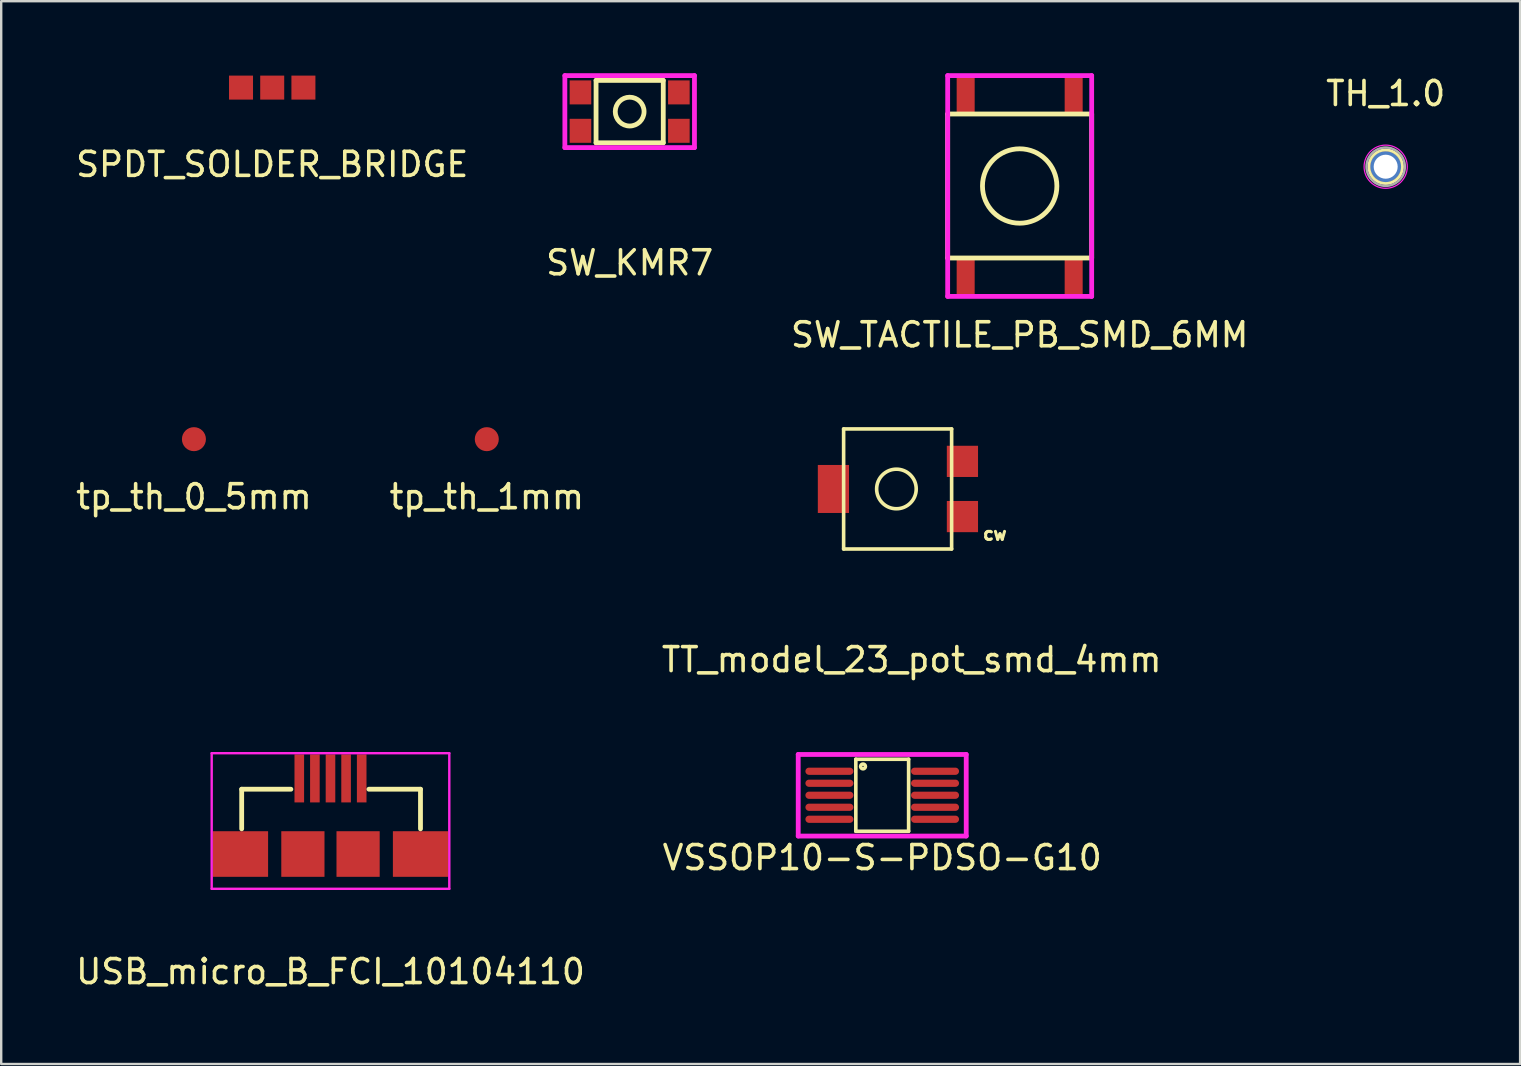
<source format=kicad_pcb>
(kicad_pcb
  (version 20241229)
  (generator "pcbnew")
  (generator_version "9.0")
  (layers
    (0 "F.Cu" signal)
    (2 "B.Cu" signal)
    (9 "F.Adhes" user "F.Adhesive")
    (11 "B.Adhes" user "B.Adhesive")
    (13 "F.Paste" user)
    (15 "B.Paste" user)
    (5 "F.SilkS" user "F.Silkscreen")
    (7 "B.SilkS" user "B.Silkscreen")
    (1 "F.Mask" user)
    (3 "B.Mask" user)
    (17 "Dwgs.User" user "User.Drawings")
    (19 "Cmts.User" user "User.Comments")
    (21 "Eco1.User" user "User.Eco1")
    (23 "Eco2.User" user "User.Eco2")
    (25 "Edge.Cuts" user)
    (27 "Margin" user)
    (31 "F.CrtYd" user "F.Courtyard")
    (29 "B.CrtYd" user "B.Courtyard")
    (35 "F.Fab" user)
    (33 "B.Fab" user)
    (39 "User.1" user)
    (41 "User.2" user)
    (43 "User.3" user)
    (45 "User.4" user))
  (footprint "TH_1.0"
    (layer "F.Cu")
    (at 54.685 3.896)
    (property "Reference" "TH_1.0" (at 0 -3.048 0) (layer "F.SilkS") (effects (font (size 1 1) (thickness 0.15))))
    (attr through_hole)
    (fp_circle (center 0 0) (end 0 -0.7) (stroke (width 0.12) (type solid)) (fill no) (layer "F.SilkS"))
    (fp_circle (center 0 0) (end 0.9 0) (stroke (width 0.05) (type solid)) (fill no) (layer "F.CrtYd"))
    (fp_circle (center 0 0) (end 0 0.8) (stroke (width 0.1) (type solid)) (fill no) (layer "F.Fab"))
    (pad "1" thru_hole circle (at 0 0) (size 1.3 1.3) (drill 1) (layers "*.Cu" "*.Mask")))
  (footprint "SPDT_SOLDER_BRIDGE"
    (layer "F.Cu")
    (at 8.292 0.6)
    (property "Reference" "SPDT_SOLDER_BRIDGE" (at 0 3.2 0) (layer "F.SilkS") (effects (font (size 1 1) (thickness 0.15))))
    (attr through_hole)
    (fp_line (start -0.7 -0.5) (end -0.7 0.5) (stroke (width 0.2) (type solid)) (layer "F.Mask"))
    (fp_line (start -0.6 -0.5) (end -0.6 0.5) (stroke (width 0.2) (type solid)) (layer "F.Mask"))
    (fp_line (start 0.6 -0.5) (end 0.6 0.5) (stroke (width 0.2) (type solid)) (layer "F.Mask"))
    (fp_line (start 0.7 -0.5) (end 0.7 0.5) (stroke (width 0.2) (type solid)) (layer "F.Mask"))
    (pad "1" smd rect (at 0 0) (size 1 1) (layers "F.Cu" "F.Mask" "F.Paste"))
    (pad "2" smd rect (at -1.3 0 90) (size 1 1) (layers "F.Cu" "F.Mask" "F.Paste"))
    (pad "3" smd rect (at 1.3 0) (size 1 1) (layers "F.Cu" "F.Mask" "F.Paste")))
  (footprint "TT_model_23_pot_smd_4mm"
    (layer "F.Cu")
    (at 34.3 17.323)
    (property "Reference" "TT_model_23_pot_smd_4mm" (at 0.635 7.112 0) (layer "F.SilkS") (effects (font (size 1 1) (thickness 0.15))))
    (attr through_hole)
    (fp_line (start -2.2 -2.5) (end 2.3 -2.5) (stroke (width 0.15) (type solid)) (layer "F.SilkS"))
    (fp_line (start -2.2 2.5) (end -2.2 -2.5) (stroke (width 0.15) (type solid)) (layer "F.SilkS"))
    (fp_line (start 2.3 -2.5) (end 2.3 2.5) (stroke (width 0.15) (type solid)) (layer "F.SilkS"))
    (fp_line (start 2.3 2.5) (end -2.2 2.5) (stroke (width 0.15) (type solid)) (layer "F.SilkS"))
    (fp_circle (center 0 0) (end -0.2 -0.8) (stroke (width 0.15) (type solid)) (fill no) (layer "F.SilkS"))
    (fp_text user "cw" (at 4.1 1.875 0) (layer "F.SilkS") (effects (font (size 0.5 0.5) (thickness 0.125))))
    (pad "1" smd rect (at 2.75 -1.15) (size 1.3 1.3) (layers "F.Cu" "F.Mask" "F.Paste"))
    (pad "2" smd rect (at -2.625 0) (size 1.3 2) (layers "F.Cu" "F.Mask" "F.Paste"))
    (pad "3" smd rect (at 2.75 1.15) (size 1.3 1.3) (layers "F.Cu" "F.Mask" "F.Paste")))
  (footprint "VSSOP10-S-PDSO-G10"
    (layer "F.Cu")
    (at 33.708 30.084)
    (property "Reference" "VSSOP10-S-PDSO-G10" (at 0 2.6 0) (layer "F.SilkS") (effects (font (size 1 1) (thickness 0.15))))
    (attr through_hole)
    (fp_line (start -1.1 -1.5) (end 1.1 -1.5) (stroke (width 0.15) (type solid)) (layer "F.SilkS"))
    (fp_line (start -1.1 1.5) (end -1.1 -1.5) (stroke (width 0.15) (type solid)) (layer "F.SilkS"))
    (fp_line (start 1.1 -1.5) (end 1.1 1.5) (stroke (width 0.15) (type solid)) (layer "F.SilkS"))
    (fp_line (start 1.1 1.5) (end -1.1 1.5) (stroke (width 0.15) (type solid)) (layer "F.SilkS"))
    (fp_circle (center -0.8 -1.2) (end -0.8 -1.1) (stroke (width 0.15) (type solid)) (fill no) (layer "F.SilkS"))
    (fp_line (start -3.5 -1.7) (end 3.5 -1.7) (stroke (width 0.2) (type solid)) (layer "F.CrtYd"))
    (fp_line (start -3.5 1.7) (end -3.5 -1.7) (stroke (width 0.2) (type solid)) (layer "F.CrtYd"))
    (fp_line (start 3.5 -1.7) (end 3.5 1.7) (stroke (width 0.2) (type solid)) (layer "F.CrtYd"))
    (fp_line (start 3.5 1.7) (end -3.5 1.7) (stroke (width 0.2) (type solid)) (layer "F.CrtYd"))
    (pad "1" smd oval (at -2.2 -1) (size 2 0.3) (layers "F.Cu" "F.Mask" "F.Paste"))
    (pad "2" smd oval (at -2.2 -0.5) (size 2 0.3) (layers "F.Cu" "F.Mask" "F.Paste"))
    (pad "3" smd oval (at -2.2 0) (size 2 0.3) (layers "F.Cu" "F.Mask" "F.Paste"))
    (pad "4" smd oval (at -2.2 0.5) (size 2 0.3) (layers "F.Cu" "F.Mask" "F.Paste"))
    (pad "5" smd oval (at -2.2 1) (size 2 0.3) (layers "F.Cu" "F.Mask" "F.Paste"))
    (pad "6" smd oval (at 2.2 1) (size 2 0.3) (layers "F.Cu" "F.Mask" "F.Paste"))
    (pad "7" smd oval (at 2.2 0.5) (size 2 0.3) (layers "F.Cu" "F.Mask" "F.Paste"))
    (pad "8" smd oval (at 2.2 0) (size 2 0.3) (layers "F.Cu" "F.Mask" "F.Paste"))
    (pad "9" smd oval (at 2.2 -0.5) (size 2 0.3) (layers "F.Cu" "F.Mask" "F.Paste"))
    (pad "10" smd oval (at 2.2 -1) (size 2 0.3) (layers "F.Cu" "F.Mask" "F.Paste")))
  (footprint "tp_th_0_5mm"
    (layer "F.Cu")
    (at 5.03 15.248)
    (property "Reference" "tp_th_0_5mm" (at 0 2.4 0) (layer "F.SilkS") (effects (font (size 1 1) (thickness 0.15))))
    (attr through_hole)
    (pad "1" smd circle (at 0 0) (size 1 1) (layers "F.Cu" "F.Mask" "F.Paste")))
  (footprint "SW_KMR7"
    (layer "F.Cu")
    (at 23.185 1.6)
    (property "Reference" "SW_KMR7" (at 0 6.3 0) (layer "F.SilkS") (effects (font (size 1 1) (thickness 0.15))))
    (attr through_hole)
    (fp_line (start -1.4 -1.3) (end 1.4 -1.3) (stroke (width 0.2) (type solid)) (layer "F.SilkS"))
    (fp_line (start -1.4 1.3) (end -1.4 -1.3) (stroke (width 0.2) (type solid)) (layer "F.SilkS"))
    (fp_line (start 1.4 -1.3) (end 1.4 1.3) (stroke (width 0.2) (type solid)) (layer "F.SilkS"))
    (fp_line (start 1.4 1.3) (end -1.4 1.3) (stroke (width 0.2) (type solid)) (layer "F.SilkS"))
    (fp_circle (center 0 0) (end 0 -0.6) (stroke (width 0.2) (type solid)) (fill no) (layer "F.SilkS"))
    (fp_line (start -2.7 -1.5) (end 2.7 -1.5) (stroke (width 0.2) (type solid)) (layer "F.CrtYd"))
    (fp_line (start -2.7 1.5) (end -2.7 -1.5) (stroke (width 0.2) (type solid)) (layer "F.CrtYd"))
    (fp_line (start 2.7 -1.5) (end 2.7 1.5) (stroke (width 0.2) (type solid)) (layer "F.CrtYd"))
    (fp_line (start 2.7 1.5) (end -2.7 1.5) (stroke (width 0.2) (type solid)) (layer "F.CrtYd"))
    (pad "1" smd rect (at -2.05 -0.8) (size 0.9 1) (layers "F.Cu" "F.Mask" "F.Paste"))
    (pad "1" smd rect (at 2.05 -0.8) (size 0.9 1) (layers "F.Cu" "F.Mask" "F.Paste"))
    (pad "2" smd rect (at -2.05 0.8) (size 0.9 1) (layers "F.Cu" "F.Mask" "F.Paste"))
    (pad "2" smd rect (at 2.05 0.8) (size 0.9 1) (layers "F.Cu" "F.Mask" "F.Paste")))
  (footprint "tp_th_1mm"
    (layer "F.Cu")
    (at 17.232 15.248)
    (property "Reference" "tp_th_1mm" (at 0 2.4 0) (layer "F.SilkS") (effects (font (size 1 1) (thickness 0.15))))
    (attr through_hole)
    (pad "1" smd circle (at 0 0) (size 1 1) (layers "F.Cu" "F.Mask" "F.Paste")))
  (footprint "USB_micro_B_FCI_10104110"
    (layer "F.Cu")
    (at 10.72 32.533)
    (property "Reference" "USB_micro_B_FCI_10104110" (at 0 4.9 0) (layer "F.SilkS") (effects (font (size 1 1) (thickness 0.15))))
    (attr through_hole)
    (fp_line (start -3.7 -2.7) (end -1.65 -2.7) (stroke (width 0.2) (type solid)) (layer "F.SilkS"))
    (fp_line (start -3.7 -1.05) (end -3.7 -2.7) (stroke (width 0.2) (type solid)) (layer "F.SilkS"))
    (fp_line (start 1.6 -2.7) (end 3.75 -2.7) (stroke (width 0.2) (type solid)) (layer "F.SilkS"))
    (fp_line (start 3.75 -2.7) (end 3.75 -1.05) (stroke (width 0.2) (type solid)) (layer "F.SilkS"))
    (fp_line (start -4.95 -4.2) (end -4.95 1.45) (stroke (width 0.1) (type solid)) (layer "F.CrtYd"))
    (fp_line (start -4.95 1.45) (end 4.95 1.45) (stroke (width 0.1) (type solid)) (layer "F.CrtYd"))
    (fp_line (start 4.95 -4.2) (end -4.95 -4.2) (stroke (width 0.1) (type solid)) (layer "F.CrtYd"))
    (fp_line (start 4.95 1.45) (end 4.95 -4.2) (stroke (width 0.1) (type solid)) (layer "F.CrtYd"))
    (pad "1" smd rect (at -1.3 -3.15) (size 0.4 2) (layers "F.Cu" "F.Mask" "F.Paste"))
    (pad "2" smd rect (at -0.65 -3.15) (size 0.4 2) (layers "F.Cu" "F.Mask" "F.Paste"))
    (pad "3" smd rect (at 0 -3.15) (size 0.4 2) (layers "F.Cu" "F.Mask" "F.Paste"))
    (pad "4" smd rect (at 0.65 -3.15) (size 0.4 2) (layers "F.Cu" "F.Mask" "F.Paste"))
    (pad "5" smd rect (at 1.3 -3.15) (size 0.4 2) (layers "F.Cu" "F.Mask" "F.Paste"))
    (pad "6" smd rect (at -3.75 0) (size 2.3 1.9) (layers "F.Cu" "F.Mask" "F.Paste"))
    (pad "6" smd rect (at -1.15 0) (size 1.8 1.9) (layers "F.Cu" "F.Mask" "F.Paste"))
    (pad "6" smd rect (at 1.15 0) (size 1.8 1.9) (layers "F.Cu" "F.Mask" "F.Paste"))
    (pad "6" smd rect (at 3.75 0) (size 2.3 1.9) (layers "F.Cu" "F.Mask" "F.Paste")))
  (footprint "SW_TACTILE_PB_SMD_6MM"
    (layer "F.Cu")
    (at 39.435 4.7)
    (property "Reference" "SW_TACTILE_PB_SMD_6MM" (at 0 6.2 0) (layer "F.SilkS") (effects (font (size 1 1) (thickness 0.15))))
    (attr through_hole)
    (fp_line (start -3 -3) (end 3 -3) (stroke (width 0.2) (type solid)) (layer "F.SilkS"))
    (fp_line (start -3 3) (end -3 -3) (stroke (width 0.2) (type solid)) (layer "F.SilkS"))
    (fp_line (start 3 -3) (end 3 3) (stroke (width 0.2) (type solid)) (layer "F.SilkS"))
    (fp_line (start 3 3) (end -3 3) (stroke (width 0.2) (type solid)) (layer "F.SilkS"))
    (fp_circle (center 0 0) (end 0 -1.55) (stroke (width 0.2) (type solid)) (fill no) (layer "F.SilkS"))
    (fp_line (start -3 -4.6) (end 3 -4.6) (stroke (width 0.2) (type solid)) (layer "F.CrtYd"))
    (fp_line (start -3 4.6) (end -3 -4.6) (stroke (width 0.2) (type solid)) (layer "F.CrtYd"))
    (fp_line (start 3 -4.6) (end 3 4.6) (stroke (width 0.2) (type solid)) (layer "F.CrtYd"))
    (fp_line (start 3 4.6) (end -3 4.6) (stroke (width 0.2) (type solid)) (layer "F.CrtYd"))
    (pad "1" smd rect (at -2.25 -3.75) (size 0.75 1.5) (layers "F.Cu" "F.Mask" "F.Paste"))
    (pad "1" smd rect (at -2.25 3.75) (size 0.75 1.5) (layers "F.Cu" "F.Mask" "F.Paste"))
    (pad "2" smd rect (at 2.25 -3.75) (size 0.75 1.5) (layers "F.Cu" "F.Mask" "F.Paste"))
    (pad "2" smd rect (at 2.25 3.75) (size 0.75 1.5) (layers "F.Cu" "F.Mask" "F.Paste")))
  (gr_rect
    (start -3 -3)
    (end 60.286 41.282)
    (stroke (width 0.1) (type default))
    (fill no)
    (layer "Edge.Cuts")))
</source>
